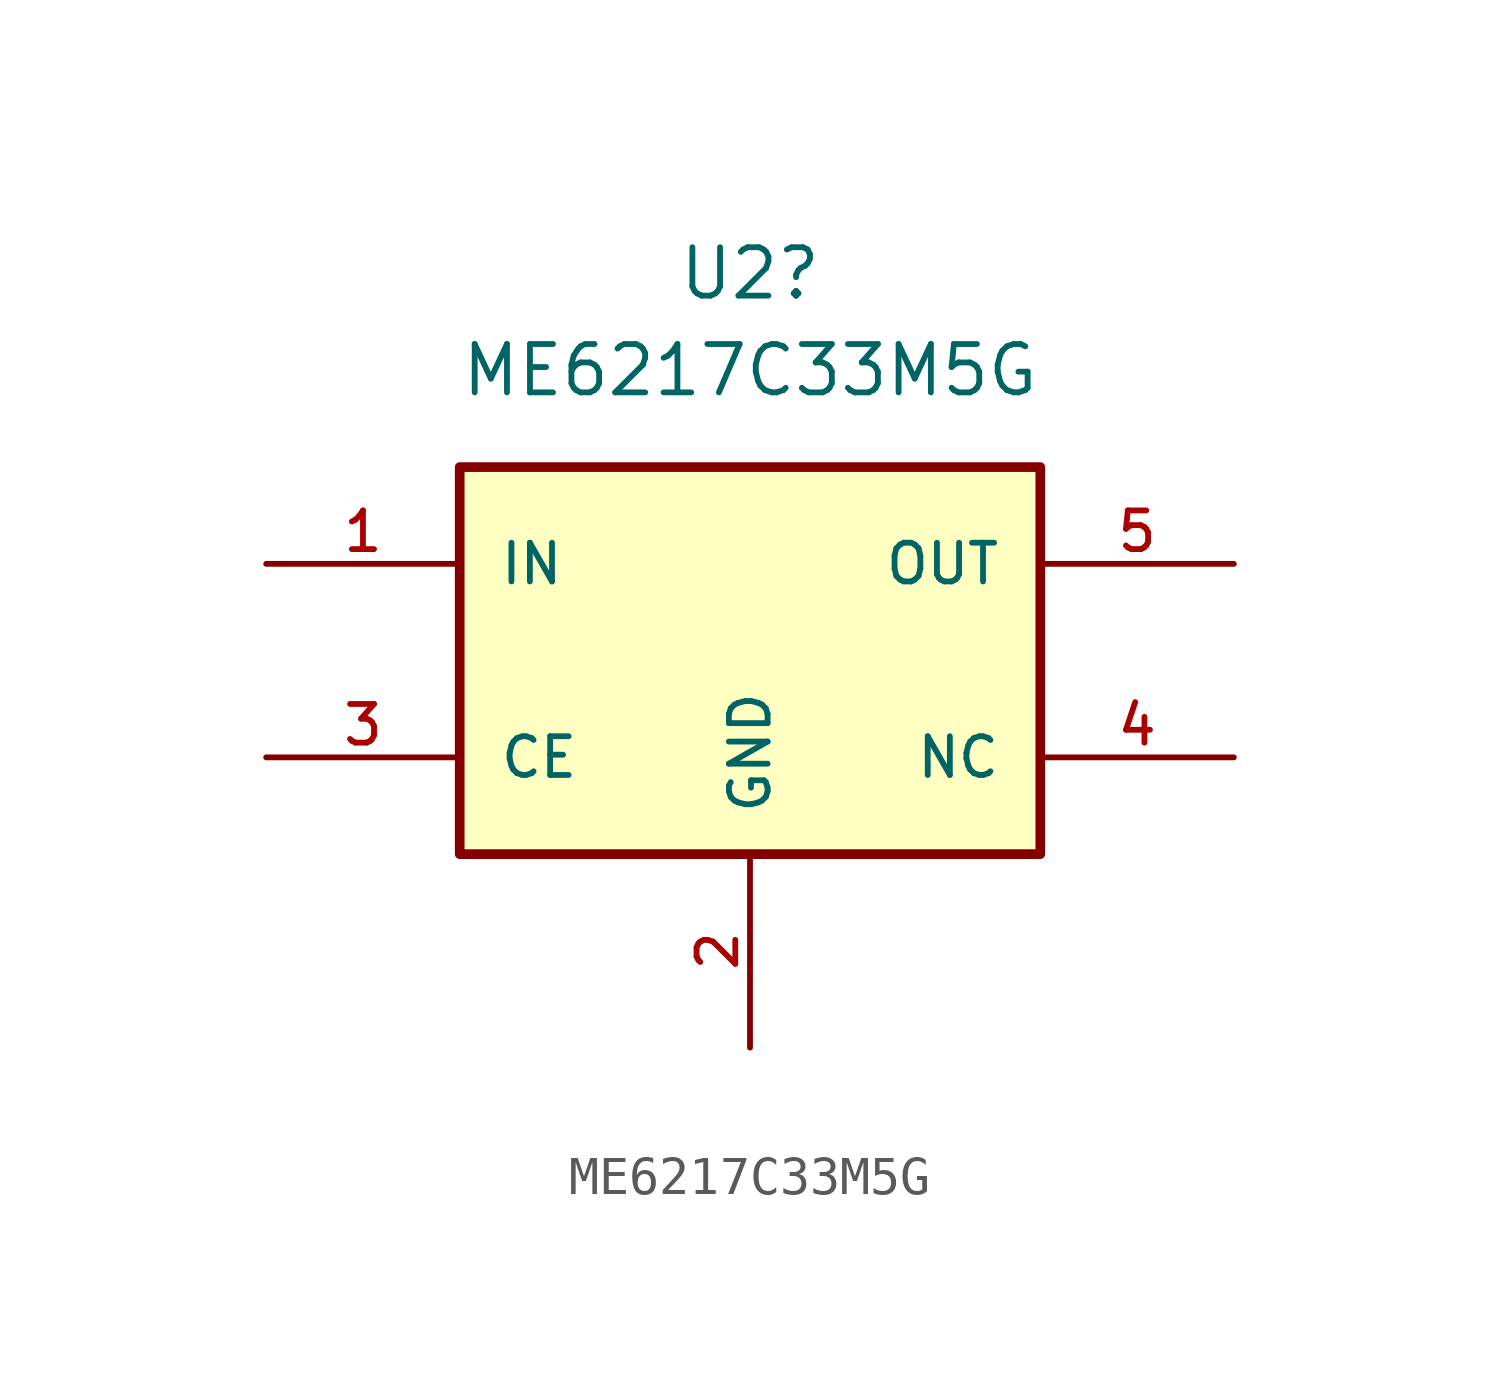
<source format=kicad_sym>
(kicad_symbol_lib
  (version 20241209)
  (generator "kicad_symbol_editor")
  (generator_version "9.0")
  (symbol "ME6217C33M5G"
    (pin_names
      (offset 1.016))
    (property "Reference" "U2"
      (at 0 10.16 0)
      (effects (font (size 1.27 1.27))))
    (property "Value" "ME6217C33M5G"
      (at 0 7.62 0)
      (effects (font (size 1.27 1.27))))
    (symbol "ME6217C33M5G_0_0"
      (rectangle (start -7.62 5.08) (end 7.62 -5.08) (stroke (width 0.254) (type default)) (fill (type background)))
      (pin bidirectional line (at 12.7 -2.54 180) (length 5.08) (name "NC" (effects (font (size 1.016 1.016)))) (number "4" (effects (font (size 1.016 1.016))))))
    (symbol "ME6217C33M5G_1_0"
      (pin power_in line (at -12.7 2.54 0) (length 5.08) (name "IN" (effects (font (size 1.016 1.016)))) (number "1" (effects (font (size 1.016 1.016)))))
      (pin power_in line (at -12.7 -2.54 0) (length 5.08) (name "CE" (effects (font (size 1.016 1.016)))) (number "3" (effects (font (size 1.016 1.016)))))
      (pin power_in line (at 0 -10.16 90) (length 5.08) (name "GND" (effects (font (size 1.016 1.016)))) (number "2" (effects (font (size 1.016 1.016)))))
      (pin power_out line (at 12.7 2.54 180) (length 5.08) (name "OUT" (effects (font (size 1.016 1.016)))) (number "5" (effects (font (size 1.016 1.016))))))))
</source>
